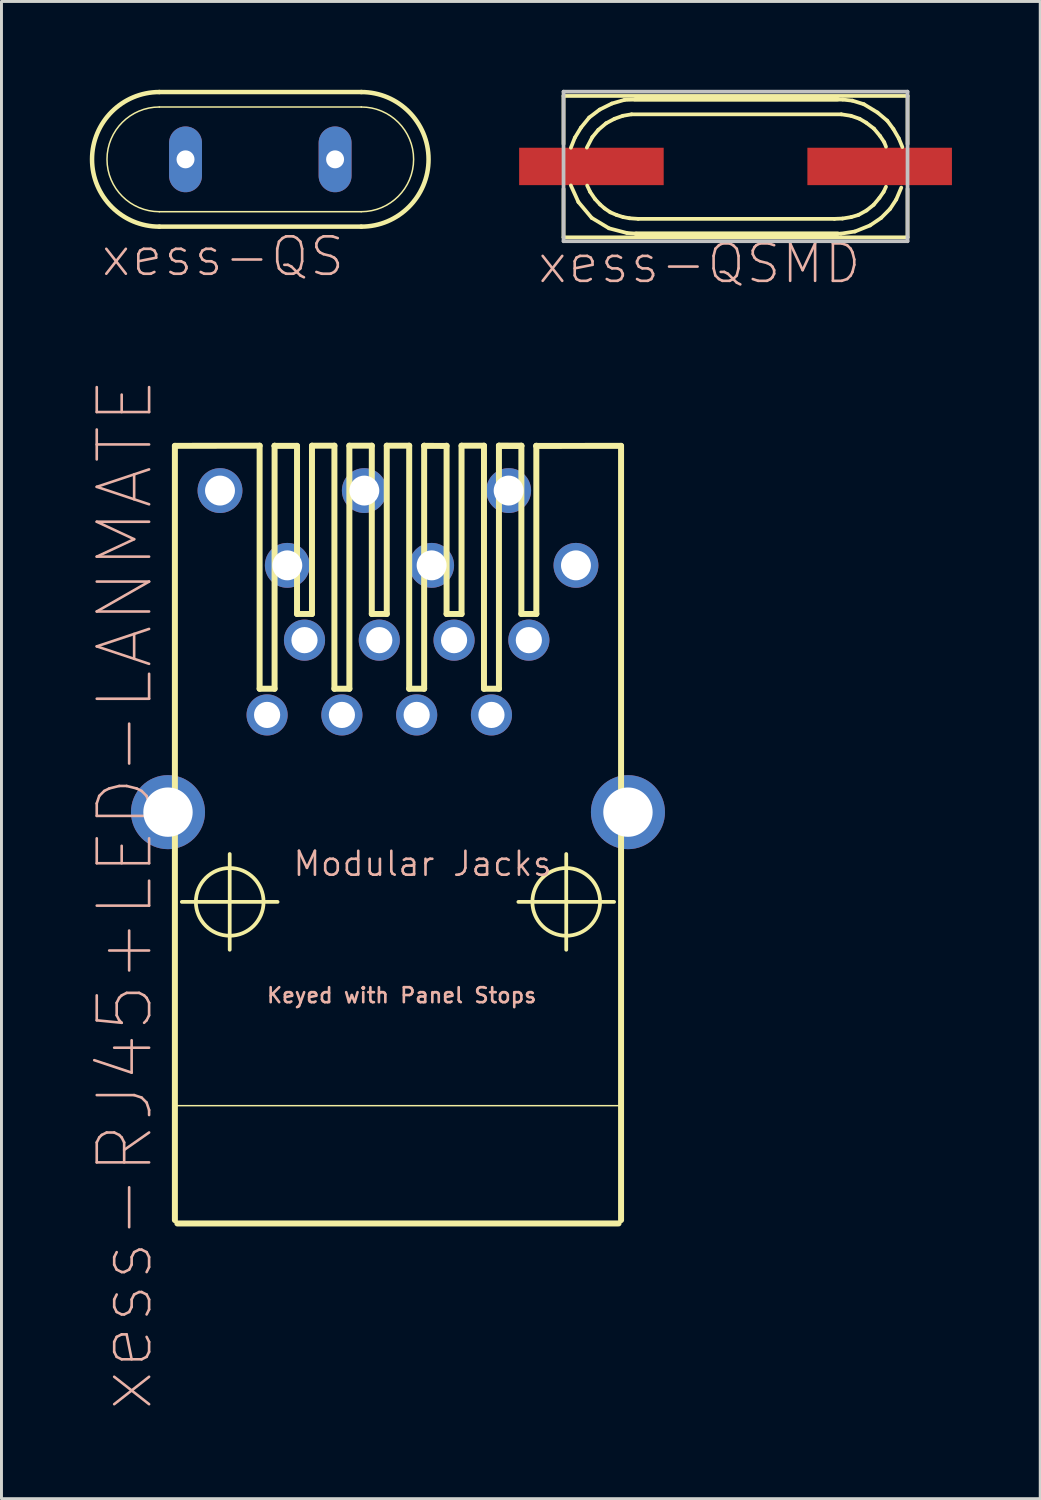
<source format=kicad_pcb>
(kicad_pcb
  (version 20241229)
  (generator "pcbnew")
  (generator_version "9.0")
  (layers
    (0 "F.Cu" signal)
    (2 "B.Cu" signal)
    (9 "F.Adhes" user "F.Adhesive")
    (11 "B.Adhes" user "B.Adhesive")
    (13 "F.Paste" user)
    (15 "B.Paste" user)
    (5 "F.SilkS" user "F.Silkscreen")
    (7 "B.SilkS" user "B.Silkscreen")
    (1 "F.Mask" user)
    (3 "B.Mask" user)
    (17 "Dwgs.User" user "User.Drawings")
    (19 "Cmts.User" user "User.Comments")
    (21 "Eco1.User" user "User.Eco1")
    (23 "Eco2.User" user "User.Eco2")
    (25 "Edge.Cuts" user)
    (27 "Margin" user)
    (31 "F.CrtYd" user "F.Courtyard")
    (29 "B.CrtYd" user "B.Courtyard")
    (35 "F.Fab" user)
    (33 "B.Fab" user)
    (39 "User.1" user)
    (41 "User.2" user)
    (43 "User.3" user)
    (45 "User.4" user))
  (footprint "xess-RJ45+LED-LANMATE"
    (layer "F.Cu")
    (at 10.467 26.312)
    (property "Reference" "xess-RJ45+LED-LANMATE" (at -9.271 1.016 90) (layer "B.SilkS") (effects (font (size 1.778 1.778) (thickness 0.089))))
    (attr exclude_from_pos_files exclude_from_bom)
    (fp_line (start -7.577 -14.219) (end -4.699 -14.224) (stroke (width 0.203) (type solid)) (layer "F.SilkS"))
    (fp_line (start -7.577 12.078) (end -7.577 -14.219) (stroke (width 0.203) (type solid)) (layer "F.SilkS"))
    (fp_line (start -7.341 1.27) (end -4.089 1.27) (stroke (width 0.127) (type solid)) (layer "F.SilkS"))
    (fp_line (start -5.715 2.896) (end -5.715 -0.356) (stroke (width 0.127) (type solid)) (layer "F.SilkS"))
    (fp_line (start -4.699 -14.224) (end -4.699 -5.969) (stroke (width 0.203) (type solid)) (layer "F.SilkS"))
    (fp_line (start -4.699 -5.969) (end -4.191 -5.969) (stroke (width 0.203) (type solid)) (layer "F.SilkS"))
    (fp_line (start -4.191 -14.224) (end -4.191 -14.219) (stroke (width 0.203) (type solid)) (layer "F.SilkS"))
    (fp_line (start -4.191 -14.219) (end -4.191 -5.969) (stroke (width 0.203) (type solid)) (layer "F.SilkS"))
    (fp_line (start -4.191 -14.219) (end -3.429 -14.219) (stroke (width 0.203) (type solid)) (layer "F.SilkS"))
    (fp_line (start -3.429 -14.219) (end -3.429 -8.509) (stroke (width 0.203) (type solid)) (layer "F.SilkS"))
    (fp_line (start -3.429 -8.509) (end -2.921 -8.509) (stroke (width 0.203) (type solid)) (layer "F.SilkS"))
    (fp_line (start -2.921 -14.224) (end -2.921 -8.509) (stroke (width 0.203) (type solid)) (layer "F.SilkS"))
    (fp_line (start -2.921 -14.224) (end -2.159 -14.224) (stroke (width 0.203) (type solid)) (layer "F.SilkS"))
    (fp_line (start -2.159 -14.224) (end -2.159 -5.969) (stroke (width 0.203) (type solid)) (layer "F.SilkS"))
    (fp_line (start -2.159 -5.969) (end -1.651 -5.969) (stroke (width 0.203) (type solid)) (layer "F.SilkS"))
    (fp_line (start -1.651 -14.224) (end -1.651 -5.969) (stroke (width 0.203) (type solid)) (layer "F.SilkS"))
    (fp_line (start -1.651 -14.224) (end -0.889 -14.224) (stroke (width 0.203) (type solid)) (layer "F.SilkS"))
    (fp_line (start -0.889 -14.224) (end -0.889 -8.509) (stroke (width 0.203) (type solid)) (layer "F.SilkS"))
    (fp_line (start -0.889 -8.509) (end -0.381 -8.509) (stroke (width 0.203) (type solid)) (layer "F.SilkS"))
    (fp_line (start -0.381 -14.224) (end -0.381 -8.509) (stroke (width 0.203) (type solid)) (layer "F.SilkS"))
    (fp_line (start -0.381 -14.224) (end 0.381 -14.224) (stroke (width 0.203) (type solid)) (layer "F.SilkS"))
    (fp_line (start 0.381 -14.224) (end 0.381 -5.969) (stroke (width 0.203) (type solid)) (layer "F.SilkS"))
    (fp_line (start 0.381 -5.969) (end 0.889 -5.969) (stroke (width 0.203) (type solid)) (layer "F.SilkS"))
    (fp_line (start 0.889 -14.224) (end 0.889 -14.219) (stroke (width 0.203) (type solid)) (layer "F.SilkS"))
    (fp_line (start 0.889 -14.219) (end 0.889 -5.969) (stroke (width 0.203) (type solid)) (layer "F.SilkS"))
    (fp_line (start 0.889 -14.219) (end 1.651 -14.216) (stroke (width 0.203) (type solid)) (layer "F.SilkS"))
    (fp_line (start 1.651 -14.224) (end 1.651 -8.509) (stroke (width 0.203) (type solid)) (layer "F.SilkS"))
    (fp_line (start 1.651 -8.509) (end 2.159 -8.509) (stroke (width 0.203) (type solid)) (layer "F.SilkS"))
    (fp_line (start 2.159 -14.224) (end 2.159 -8.509) (stroke (width 0.203) (type solid)) (layer "F.SilkS"))
    (fp_line (start 2.159 -14.224) (end 2.921 -14.224) (stroke (width 0.203) (type solid)) (layer "F.SilkS"))
    (fp_line (start 2.921 -14.224) (end 2.921 -5.969) (stroke (width 0.203) (type solid)) (layer "F.SilkS"))
    (fp_line (start 2.921 -5.969) (end 3.429 -5.969) (stroke (width 0.203) (type solid)) (layer "F.SilkS"))
    (fp_line (start 3.429 -14.224) (end 3.429 -14.219) (stroke (width 0.203) (type solid)) (layer "F.SilkS"))
    (fp_line (start 3.429 -14.224) (end 4.191 -14.224) (stroke (width 0.203) (type solid)) (layer "F.SilkS"))
    (fp_line (start 3.429 -14.219) (end 3.429 -5.969) (stroke (width 0.203) (type solid)) (layer "F.SilkS"))
    (fp_line (start 3.429 -14.219) (end 4.191 -14.216) (stroke (width 0.203) (type solid)) (layer "F.SilkS"))
    (fp_line (start 4.089 1.27) (end 7.341 1.27) (stroke (width 0.127) (type solid)) (layer "F.SilkS"))
    (fp_line (start 4.191 -14.224) (end 4.191 -8.509) (stroke (width 0.203) (type solid)) (layer "F.SilkS"))
    (fp_line (start 4.191 -8.509) (end 4.699 -8.509) (stroke (width 0.203) (type solid)) (layer "F.SilkS"))
    (fp_line (start 4.699 -14.224) (end 4.699 -14.216) (stroke (width 0.203) (type solid)) (layer "F.SilkS"))
    (fp_line (start 4.699 -14.216) (end 4.699 -8.509) (stroke (width 0.203) (type solid)) (layer "F.SilkS"))
    (fp_line (start 4.699 -14.216) (end 7.577 -14.219) (stroke (width 0.203) (type solid)) (layer "F.SilkS"))
    (fp_line (start 5.715 2.896) (end 5.715 -0.356) (stroke (width 0.127) (type solid)) (layer "F.SilkS"))
    (fp_line (start 7.493 12.192) (end -7.493 12.192) (stroke (width 0.203) (type solid)) (layer "F.SilkS"))
    (fp_line (start 7.556 8.191) (end -7.556 8.191) (stroke (width 0.051) (type solid)) (layer "F.SilkS"))
    (fp_line (start 7.577 -14.219) (end 7.577 12.078) (stroke (width 0.203) (type solid)) (layer "F.SilkS"))
    (fp_circle (center -5.715 1.27) (end -6.528 2.083) (stroke (width 0.127) (type solid)) (fill no) (layer "F.SilkS"))
    (fp_circle (center 5.715 1.27) (end 6.528 2.083) (stroke (width 0.127) (type solid)) (fill no) (layer "F.SilkS"))
    (fp_text user "Modular Jacks" (at 0.838 -0.025 0) (layer "B.SilkS") (effects (font (size 0.813 0.813) (thickness 0.089))))
    (fp_text user "Keyed with Panel Stops" (at 0.127 4.445 0) (layer "B.SilkS") (effects (font (size 0.508 0.508) (thickness 0.089))))
    (pad "1" thru_hole circle (at -4.445 -5.08) (size 1.397 1.397) (drill 0.889) (layers "*.Cu" "*.Mask"))
    (pad "2" thru_hole circle (at -3.175 -7.62) (size 1.397 1.397) (drill 0.889) (layers "*.Cu" "*.Mask"))
    (pad "3" thru_hole circle (at -1.905 -5.08) (size 1.397 1.397) (drill 0.889) (layers "*.Cu" "*.Mask"))
    (pad "4" thru_hole circle (at -0.635 -7.62) (size 1.397 1.397) (drill 0.889) (layers "*.Cu" "*.Mask"))
    (pad "5" thru_hole circle (at 0.635 -5.08) (size 1.397 1.397) (drill 0.889) (layers "*.Cu" "*.Mask"))
    (pad "6" thru_hole circle (at 1.905 -7.62) (size 1.397 1.397) (drill 0.889) (layers "*.Cu" "*.Mask"))
    (pad "7" thru_hole circle (at 3.175 -5.08) (size 1.397 1.397) (drill 0.889) (layers "*.Cu" "*.Mask"))
    (pad "8" thru_hole circle (at 4.445 -7.62) (size 1.397 1.397) (drill 0.889) (layers "*.Cu" "*.Mask"))
    (pad "9" thru_hole circle (at 6.045 -10.16) (size 1.524 1.524) (drill 1.016) (layers "*.Cu" "*.Mask"))
    (pad "10" thru_hole circle (at 3.759 -12.7) (size 1.524 1.524) (drill 1.016) (layers "*.Cu" "*.Mask"))
    (pad "11" thru_hole circle (at 1.143 -10.16) (size 1.524 1.524) (drill 1.016) (layers "*.Cu" "*.Mask"))
    (pad "12" thru_hole circle (at -1.143 -12.7) (size 1.524 1.524) (drill 1.016) (layers "*.Cu" "*.Mask"))
    (pad "13" thru_hole circle (at -3.759 -10.16) (size 1.524 1.524) (drill 1.016) (layers "*.Cu" "*.Mask"))
    (pad "14" thru_hole circle (at -6.045 -12.7) (size 1.524 1.524) (drill 1.016) (layers "*.Cu" "*.Mask"))
    (pad "S1" thru_hole circle (at 7.811 -1.778) (size 2.515 2.515) (drill 1.676) (layers "*.Cu" "*.Mask"))
    (pad "S2" thru_hole circle (at -7.811 -1.778) (size 2.515 2.515) (drill 1.676) (layers "*.Cu" "*.Mask")))
  (footprint "xess-QS"
    (layer "F.Cu")
    (at 5.791 2.362)
    (property "Reference" "xess-QS" (at -1.27 3.302 0) (layer "B.SilkS") (effects (font (size 1.27 1.27) (thickness 0.089))))
    (attr exclude_from_pos_files exclude_from_bom)
    (fp_line (start -3.429 1.778) (end 3.429 1.778) (stroke (width 0.051) (type solid)) (layer "F.SilkS"))
    (fp_line (start -3.429 2.286) (end 3.429 2.286) (stroke (width 0.152) (type solid)) (layer "F.SilkS"))
    (fp_line (start 3.429 -2.286) (end -3.429 -2.286) (stroke (width 0.152) (type solid)) (layer "F.SilkS"))
    (fp_line (start 3.429 -1.778) (end -3.429 -1.778) (stroke (width 0.051) (type solid)) (layer "F.SilkS"))
    (fp_arc (start -3.429 1.778) (mid -5.207 0) (end -3.429 -1.778) (stroke (width 0.0508) (type solid)) (layer "F.SilkS"))
    (fp_arc (start -3.429 2.286) (mid -5.715 0) (end -3.429 -2.286) (stroke (width 0.1524) (type solid)) (layer "F.SilkS"))
    (fp_arc (start 3.429 -2.286) (mid 5.715 0) (end 3.429 2.286) (stroke (width 0.1524) (type solid)) (layer "F.SilkS"))
    (fp_arc (start 3.429 -1.778) (mid 5.207 0) (end 3.429 1.778) (stroke (width 0.0508) (type solid)) (layer "F.SilkS"))
    (pad "1" thru_hole oval (at -2.54 0) (size 1.118 2.235) (drill 0.61) (layers "*.Cu" "*.Mask"))
    (pad "2" thru_hole oval (at 2.54 0) (size 1.118 2.235) (drill 0.61) (layers "*.Cu" "*.Mask")))
  (footprint "xess-QSMD"
    (layer "F.Cu")
    (at 21.932 2.603)
    (property "Reference" "xess-QSMD" (at -1.229 3.302 0) (layer "B.SilkS") (effects (font (size 1.27 1.27) (thickness 0.089))))
    (attr smd)
    (fp_line (start -5.842 -2.395) (end 5.842 -2.395) (stroke (width 0.127) (type solid)) (layer "F.SilkS"))
    (fp_line (start -5.842 -0.762) (end -5.842 -2.395) (stroke (width 0.127) (type solid)) (layer "F.SilkS"))
    (fp_line (start -5.842 2.408) (end -5.842 0.762) (stroke (width 0.127) (type solid)) (layer "F.SilkS"))
    (fp_line (start -5.799 2.398) (end 5.799 2.398) (stroke (width 0.061) (type solid)) (layer "F.SilkS"))
    (fp_line (start -5.593 -0.635) (end -5.458 -0.975) (stroke (width 0.127) (type solid)) (layer "F.SilkS"))
    (fp_line (start -5.593 0.645) (end -5.337 1.209) (stroke (width 0.127) (type solid)) (layer "F.SilkS"))
    (fp_line (start -5.458 -0.975) (end -5.25 -1.318) (stroke (width 0.127) (type solid)) (layer "F.SilkS"))
    (fp_line (start -5.337 1.209) (end -4.884 1.748) (stroke (width 0.127) (type solid)) (layer "F.SilkS"))
    (fp_line (start -5.25 -1.318) (end -4.971 -1.661) (stroke (width 0.127) (type solid)) (layer "F.SilkS"))
    (fp_line (start -5.05 -0.64) (end -4.864 -0.996) (stroke (width 0.127) (type solid)) (layer "F.SilkS"))
    (fp_line (start -5.039 0.65) (end -4.938 0.864) (stroke (width 0.127) (type solid)) (layer "F.SilkS"))
    (fp_line (start -4.971 -1.661) (end -4.615 -1.93) (stroke (width 0.127) (type solid)) (layer "F.SilkS"))
    (fp_line (start -4.938 0.864) (end -4.773 1.107) (stroke (width 0.127) (type solid)) (layer "F.SilkS"))
    (fp_line (start -4.884 1.748) (end -4.298 2.101) (stroke (width 0.127) (type solid)) (layer "F.SilkS"))
    (fp_line (start -4.864 -0.996) (end -4.661 -1.242) (stroke (width 0.127) (type solid)) (layer "F.SilkS"))
    (fp_line (start -4.773 1.107) (end -4.6 1.293) (stroke (width 0.127) (type solid)) (layer "F.SilkS"))
    (fp_line (start -4.661 -1.242) (end -4.397 -1.466) (stroke (width 0.127) (type solid)) (layer "F.SilkS"))
    (fp_line (start -4.615 -1.93) (end -4.201 -2.136) (stroke (width 0.127) (type solid)) (layer "F.SilkS"))
    (fp_line (start -4.6 1.293) (end -4.448 1.425) (stroke (width 0.127) (type solid)) (layer "F.SilkS"))
    (fp_line (start -4.448 1.425) (end -4.255 1.557) (stroke (width 0.127) (type solid)) (layer "F.SilkS"))
    (fp_line (start -4.397 -1.466) (end -4.112 -1.618) (stroke (width 0.127) (type solid)) (layer "F.SilkS"))
    (fp_line (start -4.298 2.101) (end -3.688 2.261) (stroke (width 0.127) (type solid)) (layer "F.SilkS"))
    (fp_line (start -4.255 1.557) (end -4.041 1.648) (stroke (width 0.127) (type solid)) (layer "F.SilkS"))
    (fp_line (start -4.201 -2.136) (end -3.772 -2.261) (stroke (width 0.127) (type solid)) (layer "F.SilkS"))
    (fp_line (start -4.112 -1.618) (end -3.828 -1.72) (stroke (width 0.127) (type solid)) (layer "F.SilkS"))
    (fp_line (start -4.041 1.648) (end -3.818 1.72) (stroke (width 0.127) (type solid)) (layer "F.SilkS"))
    (fp_line (start -3.828 -1.72) (end -3.531 -1.77) (stroke (width 0.127) (type solid)) (layer "F.SilkS"))
    (fp_line (start -3.818 1.72) (end -3.602 1.76) (stroke (width 0.127) (type solid)) (layer "F.SilkS"))
    (fp_line (start -3.772 -2.261) (end -3.432 -2.271) (stroke (width 0.127) (type solid)) (layer "F.SilkS"))
    (fp_line (start -3.688 2.261) (end -3.358 2.283) (stroke (width 0.127) (type solid)) (layer "F.SilkS"))
    (fp_line (start -3.602 1.76) (end -3.307 1.781) (stroke (width 0.127) (type solid)) (layer "F.SilkS"))
    (fp_line (start -3.531 -1.77) (end 3.592 -1.77) (stroke (width 0.127) (type solid)) (layer "F.SilkS"))
    (fp_line (start -3.432 -2.271) (end 3.64 -2.271) (stroke (width 0.127) (type solid)) (layer "F.SilkS"))
    (fp_line (start -3.388 1.778) (end 3.467 1.778) (stroke (width 0.051) (type solid)) (layer "F.SilkS"))
    (fp_line (start -3.388 2.286) (end 3.467 2.286) (stroke (width 0.152) (type solid)) (layer "F.SilkS"))
    (fp_line (start -3.358 2.283) (end 3.579 2.283) (stroke (width 0.127) (type solid)) (layer "F.SilkS"))
    (fp_line (start -3.307 1.781) (end 3.358 1.781) (stroke (width 0.127) (type solid)) (layer "F.SilkS"))
    (fp_line (start 3.358 1.781) (end 3.632 1.77) (stroke (width 0.127) (type solid)) (layer "F.SilkS"))
    (fp_line (start 3.467 -2.286) (end -3.388 -2.286) (stroke (width 0.152) (type solid)) (layer "F.SilkS"))
    (fp_line (start 3.467 -1.778) (end -3.388 -1.778) (stroke (width 0.051) (type solid)) (layer "F.SilkS"))
    (fp_line (start 3.579 2.283) (end 4.054 2.21) (stroke (width 0.127) (type solid)) (layer "F.SilkS"))
    (fp_line (start 3.592 -1.77) (end 3.919 -1.72) (stroke (width 0.127) (type solid)) (layer "F.SilkS"))
    (fp_line (start 3.632 1.77) (end 3.929 1.72) (stroke (width 0.127) (type solid)) (layer "F.SilkS"))
    (fp_line (start 3.64 -2.271) (end 3.967 -2.235) (stroke (width 0.127) (type solid)) (layer "F.SilkS"))
    (fp_line (start 3.919 -1.72) (end 4.214 -1.618) (stroke (width 0.127) (type solid)) (layer "F.SilkS"))
    (fp_line (start 3.929 1.72) (end 4.173 1.648) (stroke (width 0.127) (type solid)) (layer "F.SilkS"))
    (fp_line (start 3.967 -2.235) (end 4.359 -2.113) (stroke (width 0.127) (type solid)) (layer "F.SilkS"))
    (fp_line (start 4.054 2.21) (end 4.567 2.004) (stroke (width 0.127) (type solid)) (layer "F.SilkS"))
    (fp_line (start 4.173 1.648) (end 4.448 1.496) (stroke (width 0.127) (type solid)) (layer "F.SilkS"))
    (fp_line (start 4.214 -1.618) (end 4.437 -1.486) (stroke (width 0.127) (type solid)) (layer "F.SilkS"))
    (fp_line (start 4.359 -2.113) (end 4.823 -1.831) (stroke (width 0.127) (type solid)) (layer "F.SilkS"))
    (fp_line (start 4.437 -1.486) (end 4.702 -1.283) (stroke (width 0.127) (type solid)) (layer "F.SilkS"))
    (fp_line (start 4.448 1.496) (end 4.691 1.303) (stroke (width 0.127) (type solid)) (layer "F.SilkS"))
    (fp_line (start 4.567 2.004) (end 4.945 1.748) (stroke (width 0.127) (type solid)) (layer "F.SilkS"))
    (fp_line (start 4.691 1.303) (end 4.887 1.067) (stroke (width 0.127) (type solid)) (layer "F.SilkS"))
    (fp_line (start 4.702 -1.283) (end 4.907 -1.036) (stroke (width 0.127) (type solid)) (layer "F.SilkS"))
    (fp_line (start 4.823 -1.831) (end 5.154 -1.552) (stroke (width 0.127) (type solid)) (layer "F.SilkS"))
    (fp_line (start 4.887 1.067) (end 5.029 0.864) (stroke (width 0.127) (type solid)) (layer "F.SilkS"))
    (fp_line (start 4.907 -1.036) (end 5.05 -0.823) (stroke (width 0.127) (type solid)) (layer "F.SilkS"))
    (fp_line (start 4.945 1.748) (end 5.25 1.44) (stroke (width 0.127) (type solid)) (layer "F.SilkS"))
    (fp_line (start 5.029 0.864) (end 5.11 0.691) (stroke (width 0.127) (type solid)) (layer "F.SilkS"))
    (fp_line (start 5.05 -0.823) (end 5.11 -0.671) (stroke (width 0.127) (type solid)) (layer "F.SilkS"))
    (fp_line (start 5.154 -1.552) (end 5.362 -1.27) (stroke (width 0.127) (type solid)) (layer "F.SilkS"))
    (fp_line (start 5.25 1.44) (end 5.458 1.123) (stroke (width 0.127) (type solid)) (layer "F.SilkS"))
    (fp_line (start 5.362 -1.27) (end 5.545 -0.953) (stroke (width 0.127) (type solid)) (layer "F.SilkS"))
    (fp_line (start 5.458 1.123) (end 5.629 0.719) (stroke (width 0.127) (type solid)) (layer "F.SilkS"))
    (fp_line (start 5.545 -0.953) (end 5.667 -0.658) (stroke (width 0.127) (type solid)) (layer "F.SilkS"))
    (fp_line (start 5.842 -2.395) (end 5.842 -0.762) (stroke (width 0.127) (type solid)) (layer "F.SilkS"))
    (fp_line (start 5.842 0.762) (end 5.842 2.408) (stroke (width 0.127) (type solid)) (layer "F.SilkS"))
    (fp_line (start 5.842 2.408) (end -5.842 2.408) (stroke (width 0.127) (type solid)) (layer "F.SilkS"))
    (fp_line (start -5.842 -2.54) (end -5.842 2.54) (stroke (width 0.127) (type solid)) (layer "Dwgs.User"))
    (fp_line (start -5.842 2.54) (end 5.842 2.54) (stroke (width 0.127) (type solid)) (layer "Dwgs.User"))
    (fp_line (start 5.842 -2.54) (end -5.842 -2.54) (stroke (width 0.127) (type solid)) (layer "Dwgs.User"))
    (fp_line (start 5.842 2.54) (end 5.842 -2.54) (stroke (width 0.127) (type solid)) (layer "Dwgs.User"))
    (pad "1" smd rect (at -4.895 0) (size 4.91 1.27) (layers "F.Cu" "F.Mask" "F.Paste"))
    (pad "2" smd rect (at 4.895 0) (size 4.91 1.27) (layers "F.Cu" "F.Mask" "F.Paste")))
  (gr_rect
    (start -3 -3)
    (end 32.281 47.852)
    (stroke (width 0.1) (type default))
    (fill no)
    (layer "Edge.Cuts")))
</source>
